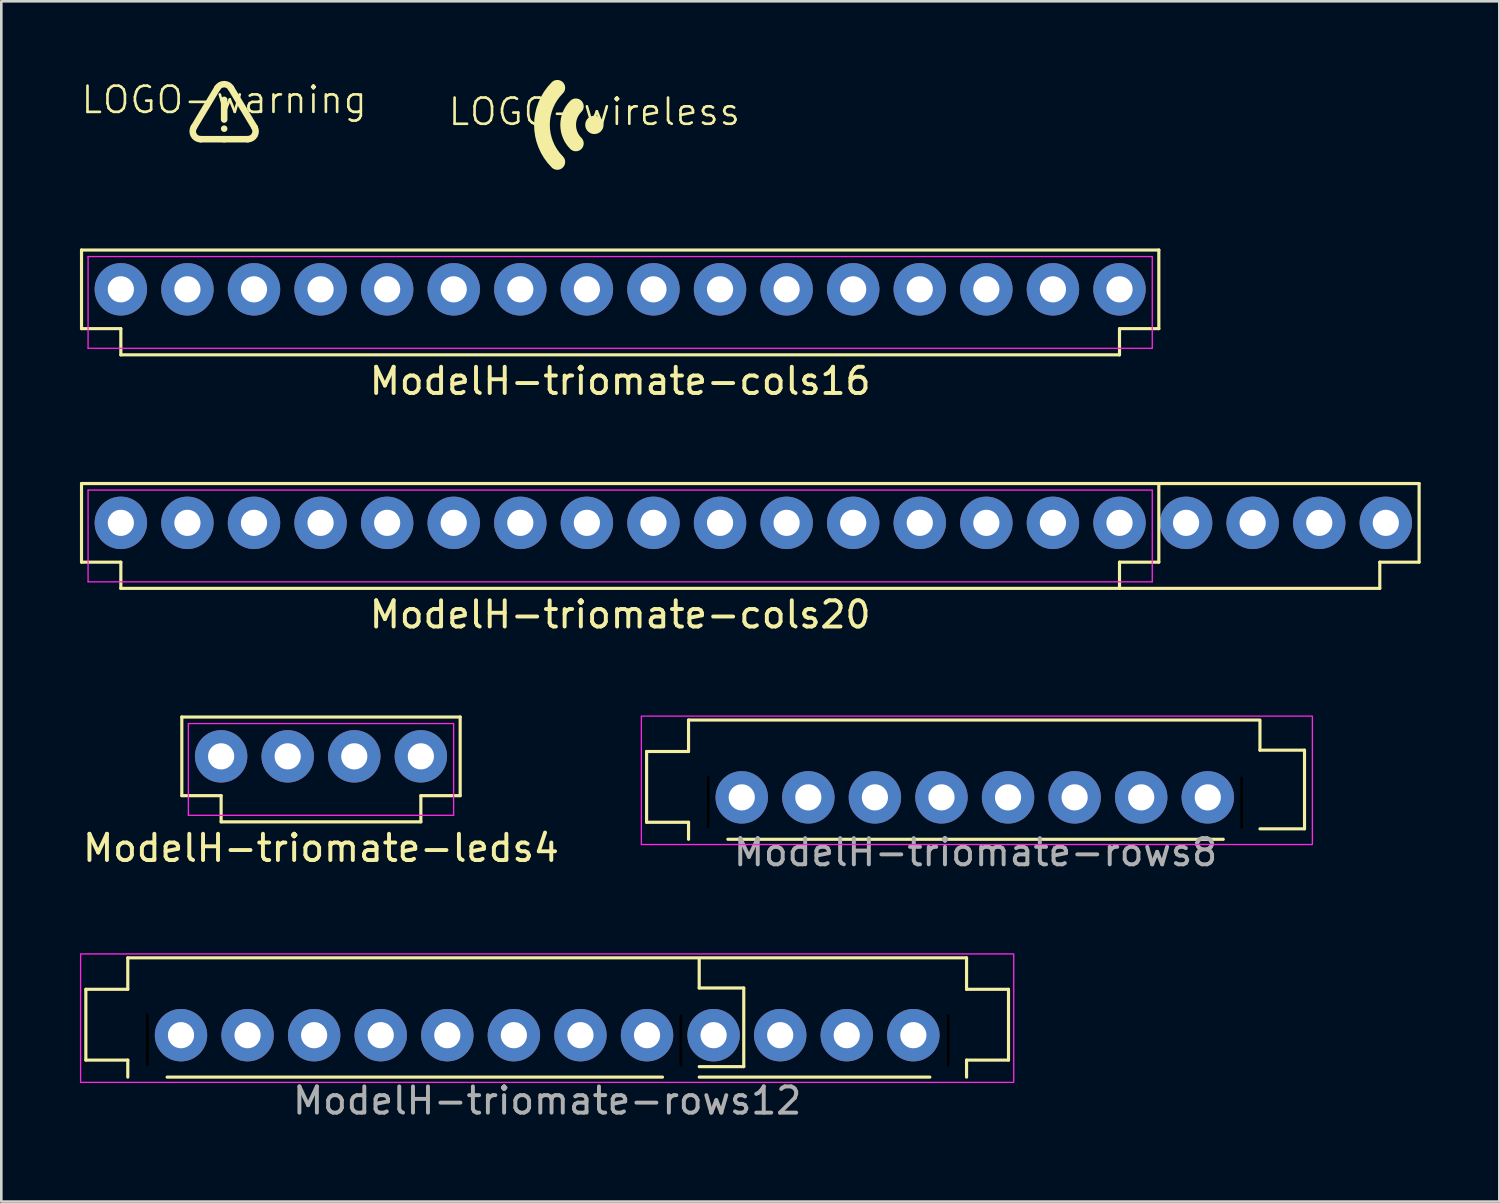
<source format=kicad_pcb>
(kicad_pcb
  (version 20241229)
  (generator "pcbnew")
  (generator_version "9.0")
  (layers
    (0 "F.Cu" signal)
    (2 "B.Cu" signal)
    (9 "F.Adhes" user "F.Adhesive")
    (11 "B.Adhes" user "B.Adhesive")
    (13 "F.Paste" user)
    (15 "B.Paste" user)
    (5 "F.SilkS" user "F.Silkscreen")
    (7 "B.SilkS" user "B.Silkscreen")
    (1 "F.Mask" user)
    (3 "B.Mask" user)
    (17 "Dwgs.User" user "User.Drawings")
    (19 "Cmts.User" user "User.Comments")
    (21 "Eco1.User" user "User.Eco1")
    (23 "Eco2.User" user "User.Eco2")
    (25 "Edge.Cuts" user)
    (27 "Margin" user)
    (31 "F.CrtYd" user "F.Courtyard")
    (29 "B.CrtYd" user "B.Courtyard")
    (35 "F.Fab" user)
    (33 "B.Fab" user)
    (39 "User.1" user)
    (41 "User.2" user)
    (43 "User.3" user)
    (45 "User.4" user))
  (footprint "ModelH-triomate-cols16"
    (layer "F.Cu")
    (at 20.61 7.988)
    (property "Reference" "ModelH-triomate-cols16" (at 0 3.5 0) (layer "F.SilkS") (effects (font (size 1 1) (thickness 0.15))))
    (attr through_hole)
    (fp_line (start -20.55 -1.5) (end 20.55 -1.5) (stroke (width 0.12) (type solid)) (layer "F.SilkS"))
    (fp_line (start -20.55 1.5) (end -20.55 -1.5) (stroke (width 0.12) (type solid)) (layer "F.SilkS"))
    (fp_line (start -20.55 1.5) (end -19.05 1.5) (stroke (width 0.12) (type solid)) (layer "F.SilkS"))
    (fp_line (start -19.05 1.5) (end -19.05 2.5) (stroke (width 0.12) (type solid)) (layer "F.SilkS"))
    (fp_line (start 19.05 1.5) (end 19.05 2.5) (stroke (width 0.12) (type solid)) (layer "F.SilkS"))
    (fp_line (start 19.05 2.5) (end -19.05 2.5) (stroke (width 0.12) (type solid)) (layer "F.SilkS"))
    (fp_line (start 20.55 -1.5) (end 20.55 1.5) (stroke (width 0.12) (type solid)) (layer "F.SilkS"))
    (fp_line (start 20.55 1.5) (end 19.05 1.5) (stroke (width 0.12) (type solid)) (layer "F.SilkS"))
    (fp_line (start -20.3 -1.25) (end 20.3 -1.25) (stroke (width 0.05) (type solid)) (layer "F.CrtYd"))
    (fp_line (start -20.3 2.25) (end -20.3 -1.25) (stroke (width 0.05) (type solid)) (layer "F.CrtYd"))
    (fp_line (start 20.3 -1.25) (end 20.3 2.25) (stroke (width 0.05) (type solid)) (layer "F.CrtYd"))
    (fp_line (start 20.3 2.25) (end -20.3 2.25) (stroke (width 0.05) (type solid)) (layer "F.CrtYd"))
    (pad "1" thru_hole circle (at -19.05 0) (size 2 2) (drill 1) (layers "*.Cu" "*.Mask"))
    (pad "2" thru_hole circle (at -16.51 0) (size 2 2) (drill 1) (layers "*.Cu" "*.Mask"))
    (pad "3" thru_hole circle (at -13.97 0) (size 2 2) (drill 1) (layers "*.Cu" "*.Mask"))
    (pad "4" thru_hole circle (at -11.43 0) (size 2 2) (drill 1) (layers "*.Cu" "*.Mask"))
    (pad "5" thru_hole circle (at -8.89 0) (size 2 2) (drill 1) (layers "*.Cu" "*.Mask"))
    (pad "6" thru_hole circle (at -6.35 0) (size 2 2) (drill 1) (layers "*.Cu" "*.Mask"))
    (pad "7" thru_hole circle (at -3.81 0) (size 2 2) (drill 1) (layers "*.Cu" "*.Mask"))
    (pad "8" thru_hole circle (at -1.27 0) (size 2 2) (drill 1) (layers "*.Cu" "*.Mask"))
    (pad "9" thru_hole circle (at 1.27 0) (size 2 2) (drill 1) (layers "*.Cu" "*.Mask"))
    (pad "10" thru_hole circle (at 3.81 0) (size 2 2) (drill 1) (layers "*.Cu" "*.Mask"))
    (pad "11" thru_hole circle (at 6.35 0) (size 2 2) (drill 1) (layers "*.Cu" "*.Mask"))
    (pad "12" thru_hole circle (at 8.89 0) (size 2 2) (drill 1) (layers "*.Cu" "*.Mask"))
    (pad "13" thru_hole circle (at 11.43 0) (size 2 2) (drill 1) (layers "*.Cu" "*.Mask"))
    (pad "14" thru_hole circle (at 13.97 0) (size 2 2) (drill 1) (layers "*.Cu" "*.Mask"))
    (pad "15" thru_hole circle (at 16.51 0) (size 2 2) (drill 1) (layers "*.Cu" "*.Mask"))
    (pad "16" thru_hole circle (at 19.05 0) (size 2 2) (drill 1) (layers "*.Cu" "*.Mask")))
  (footprint "ModelH-triomate-rows12"
    (layer "F.Cu")
    (at 17.825 35.443)
    (property "Reference" "ModelH-triomate-rows12" (at 0 3.5 0) (layer "F.Fab") (effects (font (size 1 1) (thickness 0.15))))
    (attr through_hole)
    (fp_line (start -17.6 -0.75) (end -16 -0.75) (stroke (width 0.12) (type default)) (layer "F.SilkS"))
    (fp_line (start -17.6 1.95) (end -17.6 -0.75) (stroke (width 0.12) (type default)) (layer "F.SilkS"))
    (fp_line (start -16 -1.95) (end 16 -1.95) (stroke (width 0.12) (type solid)) (layer "F.SilkS"))
    (fp_line (start -16 -0.75) (end -16 -1.95) (stroke (width 0.12) (type solid)) (layer "F.SilkS"))
    (fp_line (start -16 1.95) (end -17.6 1.95) (stroke (width 0.12) (type default)) (layer "F.SilkS"))
    (fp_line (start -16 2.6) (end -15.999 1.95) (stroke (width 0.12) (type default)) (layer "F.SilkS"))
    (fp_line (start 4.4 2.6) (end -14.5 2.6) (stroke (width 0.12) (type solid)) (layer "F.SilkS"))
    (fp_line (start 5.8 -0.8) (end 5.8 -1.9) (stroke (width 0.12) (type solid)) (layer "F.SilkS"))
    (fp_line (start 5.8 2.2) (end 7.5 2.2) (stroke (width 0.12) (type default)) (layer "F.SilkS"))
    (fp_line (start 7.5 -0.8) (end 5.8 -0.8) (stroke (width 0.12) (type default)) (layer "F.SilkS"))
    (fp_line (start 7.5 2.2) (end 7.5 -0.8) (stroke (width 0.12) (type default)) (layer "F.SilkS"))
    (fp_line (start 14.6 2.6) (end 5.8 2.6) (stroke (width 0.12) (type solid)) (layer "F.SilkS"))
    (fp_line (start 16 -0.75) (end 16 -1.95) (stroke (width 0.12) (type solid)) (layer "F.SilkS"))
    (fp_line (start 16 1.95) (end 17.6 1.95) (stroke (width 0.12) (type default)) (layer "F.SilkS"))
    (fp_line (start 16 2.6) (end 16 1.95) (stroke (width 0.12) (type default)) (layer "F.SilkS"))
    (fp_line (start 17.6 -0.75) (end 16 -0.75) (stroke (width 0.12) (type default)) (layer "F.SilkS"))
    (fp_line (start 17.6 1.95) (end 17.6 -0.75) (stroke (width 0.12) (type default)) (layer "F.SilkS"))
    (fp_rect (start -17.8 -2.1) (end 17.8 2.8) (stroke (width 0.05) (type default)) (fill no) (layer "F.CrtYd"))
    (pad "" np_thru_hole custom (at -15.25 1.175 90) (size 2 0.1) (drill oval 2.9 0.7) (layers "*.Mask") (options (anchor rect)) (primitives))
    (pad "" np_thru_hole custom (at 5.1 1.2 270) (size 2 0.1) (drill oval 2.9 0.7) (layers "*.Mask") (options (anchor rect)) (primitives))
    (pad "" np_thru_hole custom (at 15.3 1.2 90) (size 2 0.1) (drill oval 2.9 0.7) (layers "*.Mask") (options (anchor rect)) (primitives))
    (pad "1" thru_hole circle (at -13.97 1) (size 2 2) (drill 1) (layers "*.Cu" "*.Mask"))
    (pad "2" thru_hole circle (at -11.43 1) (size 2 2) (drill 1) (layers "*.Cu" "*.Mask"))
    (pad "3" thru_hole circle (at -8.89 1) (size 2 2) (drill 1) (layers "*.Cu" "*.Mask"))
    (pad "4" thru_hole circle (at -6.35 1) (size 2 2) (drill 1) (layers "*.Cu" "*.Mask"))
    (pad "5" thru_hole circle (at -3.81 1) (size 2 2) (drill 1) (layers "*.Cu" "*.Mask"))
    (pad "6" thru_hole circle (at -1.27 1) (size 2 2) (drill 1) (layers "*.Cu" "*.Mask"))
    (pad "7" thru_hole circle (at 1.27 1) (size 2 2) (drill 1) (layers "*.Cu" "*.Mask"))
    (pad "8" thru_hole circle (at 3.81 1) (size 2 2) (drill 1) (layers "*.Cu" "*.Mask"))
    (pad "9" thru_hole circle (at 6.35 1) (size 2 2) (drill 1) (layers "*.Cu" "*.Mask"))
    (pad "10" thru_hole circle (at 8.89 1) (size 2 2) (drill 1) (layers "*.Cu" "*.Mask"))
    (pad "11" thru_hole circle (at 11.43 1) (size 2 2) (drill 1) (layers "*.Cu" "*.Mask"))
    (pad "12" thru_hole circle (at 13.97 1) (size 2 2) (drill 1) (layers "*.Cu" "*.Mask")))
  (footprint "ModelH-triomate-rows8"
    (layer "F.Cu")
    (at 34.168 25.97)
    (property "Reference" "ModelH-triomate-rows8" (at 0 3.5 0) (layer "F.Fab") (effects (font (size 1 1) (thickness 0.15))))
    (attr through_hole)
    (fp_line (start -12.55 -0.35) (end -10.95 -0.35) (stroke (width 0.12) (type default)) (layer "F.SilkS"))
    (fp_line (start -12.55 2.35) (end -12.55 -0.35) (stroke (width 0.12) (type default)) (layer "F.SilkS"))
    (fp_line (start -10.95 -1.55) (end 10.85 -1.55) (stroke (width 0.12) (type solid)) (layer "F.SilkS"))
    (fp_line (start -10.95 -0.35) (end -10.95 -1.55) (stroke (width 0.12) (type solid)) (layer "F.SilkS"))
    (fp_line (start -10.95 2.35) (end -12.55 2.35) (stroke (width 0.12) (type default)) (layer "F.SilkS"))
    (fp_line (start -10.95 3) (end -10.95 2.35) (stroke (width 0.12) (type default)) (layer "F.SilkS"))
    (fp_line (start 9.45 3) (end -9.45 3) (stroke (width 0.12) (type solid)) (layer "F.SilkS"))
    (fp_line (start 10.85 -0.4) (end 10.85 -1.5) (stroke (width 0.12) (type solid)) (layer "F.SilkS"))
    (fp_line (start 10.85 2.6) (end 12.55 2.6) (stroke (width 0.12) (type default)) (layer "F.SilkS"))
    (fp_line (start 12.55 -0.4) (end 10.85 -0.4) (stroke (width 0.12) (type default)) (layer "F.SilkS"))
    (fp_line (start 12.55 2.6) (end 12.55 -0.4) (stroke (width 0.12) (type default)) (layer "F.SilkS"))
    (fp_rect (start -12.75 -1.7) (end 12.85 3.2) (stroke (width 0.05) (type default)) (fill no) (layer "F.CrtYd"))
    (pad "" np_thru_hole custom (at -10.2 1.575 90) (size 2 0.1) (drill oval 2.9 0.7) (layers "*.Mask") (options (anchor rect)) (primitives))
    (pad "" np_thru_hole custom (at 10.15 1.6 270) (size 2 0.1) (drill oval 2.9 0.7) (layers "*.Mask") (options (anchor rect)) (primitives))
    (pad "1" thru_hole circle (at -8.92 1.4) (size 2 2) (drill 1) (layers "*.Cu" "*.Mask"))
    (pad "2" thru_hole circle (at -6.38 1.4) (size 2 2) (drill 1) (layers "*.Cu" "*.Mask"))
    (pad "3" thru_hole circle (at -3.84 1.4) (size 2 2) (drill 1) (layers "*.Cu" "*.Mask"))
    (pad "4" thru_hole circle (at -1.3 1.4) (size 2 2) (drill 1) (layers "*.Cu" "*.Mask"))
    (pad "5" thru_hole circle (at 1.24 1.4) (size 2 2) (drill 1) (layers "*.Cu" "*.Mask"))
    (pad "6" thru_hole circle (at 3.78 1.4) (size 2 2) (drill 1) (layers "*.Cu" "*.Mask"))
    (pad "7" thru_hole circle (at 6.32 1.4) (size 2 2) (drill 1) (layers "*.Cu" "*.Mask"))
    (pad "8" thru_hole circle (at 8.86 1.4) (size 2 2) (drill 1) (layers "*.Cu" "*.Mask")))
  (footprint "ModelH-triomate-leds4"
    (layer "F.Cu")
    (at 9.196 25.805)
    (property "Reference" "ModelH-triomate-leds4" (at 0 3.5 0) (layer "F.SilkS") (effects (font (size 1 1) (thickness 0.15))))
    (attr through_hole)
    (fp_line (start -5.31 -1.5) (end 5.31 -1.5) (stroke (width 0.12) (type solid)) (layer "F.SilkS"))
    (fp_line (start -5.31 1.5) (end -5.31 -1.5) (stroke (width 0.12) (type solid)) (layer "F.SilkS"))
    (fp_line (start -5.31 1.5) (end -3.81 1.5) (stroke (width 0.12) (type solid)) (layer "F.SilkS"))
    (fp_line (start -3.81 1.5) (end -3.81 2.5) (stroke (width 0.12) (type solid)) (layer "F.SilkS"))
    (fp_line (start 3.81 1.5) (end 3.81 2.5) (stroke (width 0.12) (type solid)) (layer "F.SilkS"))
    (fp_line (start 3.81 2.5) (end -3.81 2.5) (stroke (width 0.12) (type solid)) (layer "F.SilkS"))
    (fp_line (start 5.31 -1.5) (end 5.31 1.5) (stroke (width 0.12) (type solid)) (layer "F.SilkS"))
    (fp_line (start 5.31 1.5) (end 3.81 1.5) (stroke (width 0.12) (type solid)) (layer "F.SilkS"))
    (fp_line (start -5.06 -1.25) (end 5.06 -1.25) (stroke (width 0.05) (type solid)) (layer "F.CrtYd"))
    (fp_line (start -5.06 2.25) (end -5.06 -1.25) (stroke (width 0.05) (type solid)) (layer "F.CrtYd"))
    (fp_line (start 5.06 -1.25) (end 5.06 2.25) (stroke (width 0.05) (type solid)) (layer "F.CrtYd"))
    (fp_line (start 5.06 2.25) (end -5.06 2.25) (stroke (width 0.05) (type solid)) (layer "F.CrtYd"))
    (pad "1" thru_hole circle (at -3.81 0) (size 2 2) (drill 1) (layers "*.Cu" "*.Mask"))
    (pad "2" thru_hole circle (at -1.27 0) (size 2 2) (drill 1) (layers "*.Cu" "*.Mask"))
    (pad "3" thru_hole circle (at 1.27 0) (size 2 2) (drill 1) (layers "*.Cu" "*.Mask"))
    (pad "4" thru_hole circle (at 3.81 0) (size 2 2) (drill 1) (layers "*.Cu" "*.Mask")))
  (footprint "ModelH-triomate-cols20"
    (layer "F.Cu")
    (at 20.61 16.897)
    (property "Reference" "ModelH-triomate-cols20" (at 0 3.5 0) (layer "F.SilkS") (effects (font (size 1 1) (thickness 0.15))))
    (attr through_hole)
    (fp_line (start -20.55 -1.5) (end 30.48 -1.5) (stroke (width 0.12) (type solid)) (layer "F.SilkS"))
    (fp_line (start -20.55 1.5) (end -20.55 -1.5) (stroke (width 0.12) (type solid)) (layer "F.SilkS"))
    (fp_line (start -20.55 1.5) (end -19.05 1.5) (stroke (width 0.12) (type solid)) (layer "F.SilkS"))
    (fp_line (start -19.05 1.5) (end -19.05 2.5) (stroke (width 0.12) (type solid)) (layer "F.SilkS"))
    (fp_line (start 19.05 1.5) (end 19.05 2.5) (stroke (width 0.12) (type solid)) (layer "F.SilkS"))
    (fp_line (start 20.55 -1.5) (end 20.55 1.5) (stroke (width 0.12) (type solid)) (layer "F.SilkS"))
    (fp_line (start 20.55 1.5) (end 19.05 1.5) (stroke (width 0.12) (type solid)) (layer "F.SilkS"))
    (fp_line (start 28.98 1.5) (end 28.98 2.5) (stroke (width 0.12) (type solid)) (layer "F.SilkS"))
    (fp_line (start 28.98 2.5) (end -19.05 2.5) (stroke (width 0.12) (type solid)) (layer "F.SilkS"))
    (fp_line (start 30.48 -1.5) (end 30.48 1.5) (stroke (width 0.12) (type solid)) (layer "F.SilkS"))
    (fp_line (start 30.48 1.5) (end 28.98 1.5) (stroke (width 0.12) (type solid)) (layer "F.SilkS"))
    (fp_line (start -20.3 -1.25) (end 20.3 -1.25) (stroke (width 0.05) (type solid)) (layer "F.CrtYd"))
    (fp_line (start -20.3 2.25) (end -20.3 -1.25) (stroke (width 0.05) (type solid)) (layer "F.CrtYd"))
    (fp_line (start 20.3 -1.25) (end 20.3 2.25) (stroke (width 0.05) (type solid)) (layer "F.CrtYd"))
    (fp_line (start 20.3 2.25) (end -20.3 2.25) (stroke (width 0.05) (type solid)) (layer "F.CrtYd"))
    (pad "1" thru_hole circle (at -19.05 0) (size 2 2) (drill 1) (layers "*.Cu" "*.Mask"))
    (pad "2" thru_hole circle (at -16.51 0) (size 2 2) (drill 1) (layers "*.Cu" "*.Mask"))
    (pad "3" thru_hole circle (at -13.97 0) (size 2 2) (drill 1) (layers "*.Cu" "*.Mask"))
    (pad "4" thru_hole circle (at -11.43 0) (size 2 2) (drill 1) (layers "*.Cu" "*.Mask"))
    (pad "5" thru_hole circle (at -8.89 0) (size 2 2) (drill 1) (layers "*.Cu" "*.Mask"))
    (pad "6" thru_hole circle (at -6.35 0) (size 2 2) (drill 1) (layers "*.Cu" "*.Mask"))
    (pad "7" thru_hole circle (at -3.81 0) (size 2 2) (drill 1) (layers "*.Cu" "*.Mask"))
    (pad "8" thru_hole circle (at -1.27 0) (size 2 2) (drill 1) (layers "*.Cu" "*.Mask"))
    (pad "9" thru_hole circle (at 1.27 0) (size 2 2) (drill 1) (layers "*.Cu" "*.Mask"))
    (pad "10" thru_hole circle (at 3.81 0) (size 2 2) (drill 1) (layers "*.Cu" "*.Mask"))
    (pad "11" thru_hole circle (at 6.35 0) (size 2 2) (drill 1) (layers "*.Cu" "*.Mask"))
    (pad "12" thru_hole circle (at 8.89 0) (size 2 2) (drill 1) (layers "*.Cu" "*.Mask"))
    (pad "13" thru_hole circle (at 11.43 0) (size 2 2) (drill 1) (layers "*.Cu" "*.Mask"))
    (pad "14" thru_hole circle (at 13.97 0) (size 2 2) (drill 1) (layers "*.Cu" "*.Mask"))
    (pad "15" thru_hole circle (at 16.51 0) (size 2 2) (drill 1) (layers "*.Cu" "*.Mask"))
    (pad "16" thru_hole circle (at 19.05 0) (size 2 2) (drill 1) (layers "*.Cu" "*.Mask"))
    (pad "17" thru_hole circle (at 21.59 0) (size 2 2) (drill 1) (layers "*.Cu" "*.Mask"))
    (pad "18" thru_hole circle (at 24.13 0) (size 2 2) (drill 1) (layers "*.Cu" "*.Mask"))
    (pad "19" thru_hole circle (at 26.67 0) (size 2 2) (drill 1) (layers "*.Cu" "*.Mask"))
    (pad "20" thru_hole circle (at 29.21 0) (size 2 2) (drill 1) (layers "*.Cu" "*.Mask")))
  (footprint "LOGO-warning"
    (layer "F.Cu")
    (at 5.502 1.26)
    (property "Reference" "LOGO-warning" (at 0 -0.5 0) (unlocked yes) (layer "F.SilkS") (effects (font (size 1 1) (thickness 0.1))))
    (attr through_hole)
    (fp_line (start -1.159 0.549) (end -0.259 -0.951) (stroke (width 0.25) (type default)) (layer "F.SilkS"))
    (fp_line (start 0 0.25) (end 0 -0.5) (stroke (width 0.25) (type default)) (layer "F.SilkS"))
    (fp_line (start 0 1) (end -0.9 1) (stroke (width 0.25) (type default)) (layer "F.SilkS"))
    (fp_line (start 0 1) (end 0.9 1) (stroke (width 0.25) (type default)) (layer "F.SilkS"))
    (fp_line (start 0.259 -0.951) (end 1.159 0.549) (stroke (width 0.25) (type default)) (layer "F.SilkS"))
    (fp_arc (start -0.9 1) (mid -1.160143 0.849418) (end -1.159134 0.548839) (stroke (width 0.25) (type default)) (layer "F.SilkS"))
    (fp_arc (start -0.259133 -0.951161) (mid 0 -1.099999) (end 0.259133 -0.951161) (stroke (width 0.25) (type default)) (layer "F.SilkS"))
    (fp_arc (start 1.159126 0.548843) (mid 1.160133 0.849416) (end 0.899989 1) (stroke (width 0.25) (type default)) (layer "F.SilkS"))
    (fp_circle (center 0 0.6) (end -0.125 0.6) (stroke (width 0) (type default)) (fill yes) (layer "F.SilkS")))
  (footprint "LOGO-wireless"
    (layer "F.Cu")
    (at 19.626 1.714)
    (property "Reference" "LOGO-wireless" (at 0 -0.5 0) (unlocked yes) (layer "F.SilkS") (effects (font (size 1 1) (thickness 0.1))))
    (attr through_hole)
    (fp_arc (start -1.414214 1.414213) (mid -2 0) (end -1.414214 -1.414214) (stroke (width 0.6) (type default)) (layer "F.SilkS"))
    (fp_arc (start -0.707106 0.707106) (mid -0.999999 0) (end -0.707106 -0.707107) (stroke (width 0.6) (type default)) (layer "F.SilkS"))
    (fp_circle (center 0 0) (end 0.3 0) (stroke (width 0.1) (type default)) (fill yes) (layer "F.SilkS")))
  (gr_rect
    (start -3 -3)
    (end 54.15 42.791)
    (stroke (width 0.1) (type default))
    (fill no)
    (layer "Edge.Cuts")))
</source>
